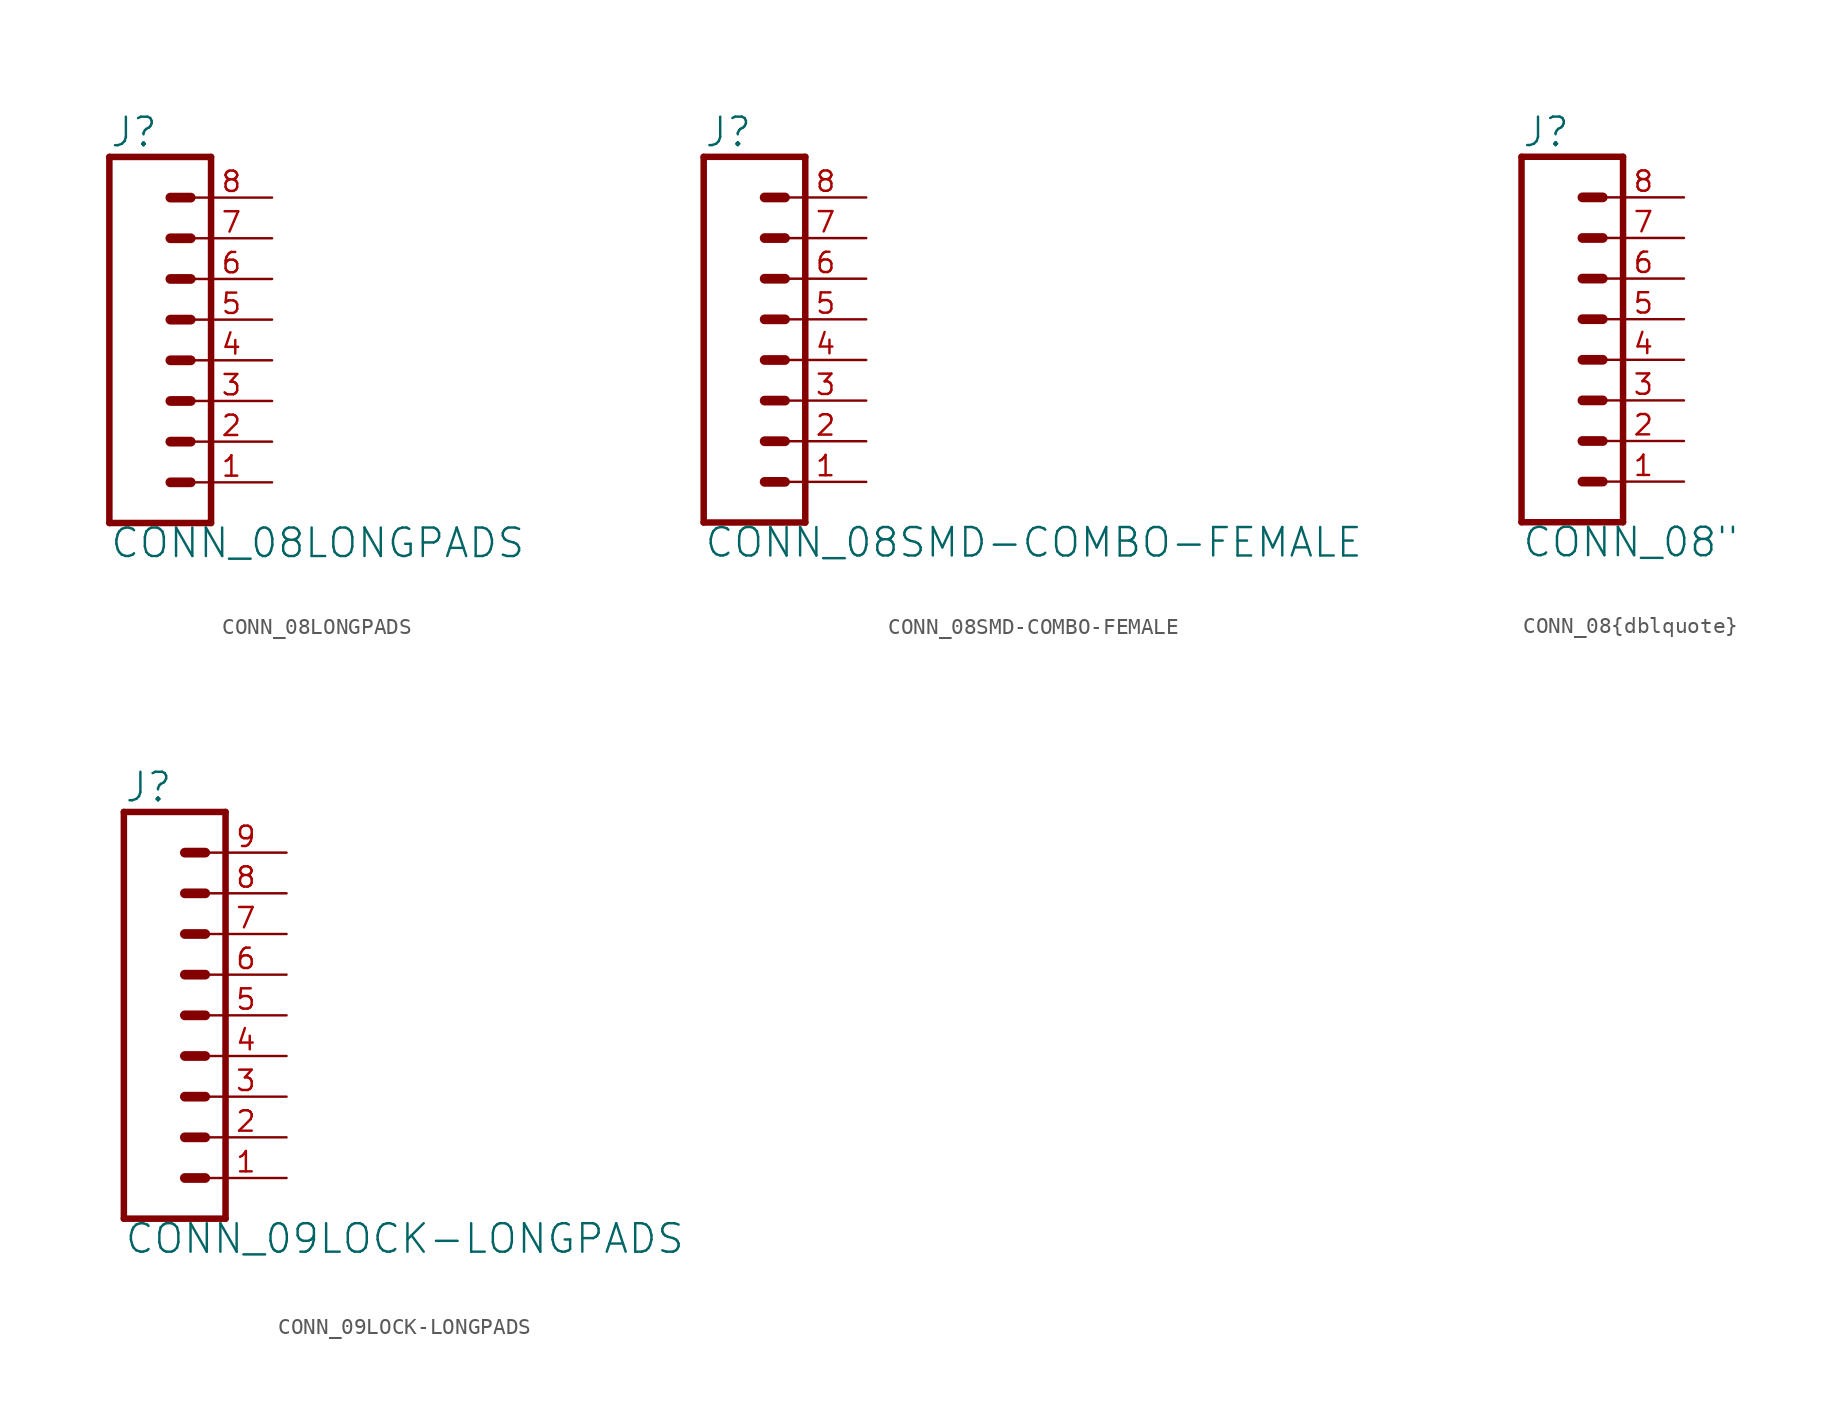
<source format=kicad_sym>
(kicad_symbol_lib
  (version 20211014)
  (generator kicad_symbol_editor)
  (symbol "CONN_08LONGPADS"
    (property "Reference" "J"
      (at -5.08 13.208 0)
      (effects (font (size 1.778 1.778)) (justify left bottom)))
    (property "Value" "CONN_08LONGPADS"
      (at -5.08 -12.446 0)
      (effects (font (size 1.778 1.778)) (justify left bottom)))
    (property "ki_locked" ""
      (at 0 0 0)
      (effects (font (size 1.27 1.27))))
    (symbol "CONN_08LONGPADS_1_0"
      (polyline (pts (xy -5.08 12.7) (xy -5.08 -10.16)) (stroke (width 0.406) (type default) (color 0 0 0 0)) (fill (type none)))
      (polyline (pts (xy -5.08 12.7) (xy 1.27 12.7)) (stroke (width 0.406) (type default) (color 0 0 0 0)) (fill (type none)))
      (polyline (pts (xy -1.27 -7.62) (xy 0 -7.62)) (stroke (width 0.61) (type default) (color 0 0 0 0)) (fill (type none)))
      (polyline (pts (xy -1.27 -5.08) (xy 0 -5.08)) (stroke (width 0.61) (type default) (color 0 0 0 0)) (fill (type none)))
      (polyline (pts (xy -1.27 -2.54) (xy 0 -2.54)) (stroke (width 0.61) (type default) (color 0 0 0 0)) (fill (type none)))
      (polyline (pts (xy -1.27 0) (xy 0 0)) (stroke (width 0.61) (type default) (color 0 0 0 0)) (fill (type none)))
      (polyline (pts (xy -1.27 2.54) (xy 0 2.54)) (stroke (width 0.61) (type default) (color 0 0 0 0)) (fill (type none)))
      (polyline (pts (xy -1.27 5.08) (xy 0 5.08)) (stroke (width 0.61) (type default) (color 0 0 0 0)) (fill (type none)))
      (polyline (pts (xy -1.27 7.62) (xy 0 7.62)) (stroke (width 0.61) (type default) (color 0 0 0 0)) (fill (type none)))
      (polyline (pts (xy -1.27 10.16) (xy 0 10.16)) (stroke (width 0.61) (type default) (color 0 0 0 0)) (fill (type none)))
      (polyline (pts (xy 1.27 -10.16) (xy -5.08 -10.16)) (stroke (width 0.406) (type default) (color 0 0 0 0)) (fill (type none)))
      (polyline (pts (xy 1.27 -10.16) (xy 1.27 12.7)) (stroke (width 0.406) (type default) (color 0 0 0 0)) (fill (type none)))
      (pin passive line (at 5.08 -7.62 180) (length 5.08) (name "1" (effects (font (size 0 0)))) (number "1" (effects (font (size 1.27 1.27)))))
      (pin passive line (at 5.08 -5.08 180) (length 5.08) (name "2" (effects (font (size 0 0)))) (number "2" (effects (font (size 1.27 1.27)))))
      (pin passive line (at 5.08 -2.54 180) (length 5.08) (name "3" (effects (font (size 0 0)))) (number "3" (effects (font (size 1.27 1.27)))))
      (pin passive line (at 5.08 0 180) (length 5.08) (name "4" (effects (font (size 0 0)))) (number "4" (effects (font (size 1.27 1.27)))))
      (pin passive line (at 5.08 2.54 180) (length 5.08) (name "5" (effects (font (size 0 0)))) (number "5" (effects (font (size 1.27 1.27)))))
      (pin passive line (at 5.08 5.08 180) (length 5.08) (name "6" (effects (font (size 0 0)))) (number "6" (effects (font (size 1.27 1.27)))))
      (pin passive line (at 5.08 7.62 180) (length 5.08) (name "7" (effects (font (size 0 0)))) (number "7" (effects (font (size 1.27 1.27)))))
      (pin passive line (at 5.08 10.16 180) (length 5.08) (name "8" (effects (font (size 0 0)))) (number "8" (effects (font (size 1.27 1.27)))))))
  (symbol "CONN_08SMD-COMBO-FEMALE"
    (property "Reference" "J"
      (at -5.08 13.208 0)
      (effects (font (size 1.778 1.778)) (justify left bottom)))
    (property "Value" "CONN_08SMD-COMBO-FEMALE"
      (at -5.08 -12.446 0)
      (effects (font (size 1.778 1.778)) (justify left bottom)))
    (property "ki_locked" ""
      (at 0 0 0)
      (effects (font (size 1.27 1.27))))
    (symbol "CONN_08SMD-COMBO-FEMALE_1_0"
      (polyline (pts (xy -5.08 12.7) (xy -5.08 -10.16)) (stroke (width 0.406) (type default) (color 0 0 0 0)) (fill (type none)))
      (polyline (pts (xy -5.08 12.7) (xy 1.27 12.7)) (stroke (width 0.406) (type default) (color 0 0 0 0)) (fill (type none)))
      (polyline (pts (xy -1.27 -7.62) (xy 0 -7.62)) (stroke (width 0.61) (type default) (color 0 0 0 0)) (fill (type none)))
      (polyline (pts (xy -1.27 -5.08) (xy 0 -5.08)) (stroke (width 0.61) (type default) (color 0 0 0 0)) (fill (type none)))
      (polyline (pts (xy -1.27 -2.54) (xy 0 -2.54)) (stroke (width 0.61) (type default) (color 0 0 0 0)) (fill (type none)))
      (polyline (pts (xy -1.27 0) (xy 0 0)) (stroke (width 0.61) (type default) (color 0 0 0 0)) (fill (type none)))
      (polyline (pts (xy -1.27 2.54) (xy 0 2.54)) (stroke (width 0.61) (type default) (color 0 0 0 0)) (fill (type none)))
      (polyline (pts (xy -1.27 5.08) (xy 0 5.08)) (stroke (width 0.61) (type default) (color 0 0 0 0)) (fill (type none)))
      (polyline (pts (xy -1.27 7.62) (xy 0 7.62)) (stroke (width 0.61) (type default) (color 0 0 0 0)) (fill (type none)))
      (polyline (pts (xy -1.27 10.16) (xy 0 10.16)) (stroke (width 0.61) (type default) (color 0 0 0 0)) (fill (type none)))
      (polyline (pts (xy 1.27 -10.16) (xy -5.08 -10.16)) (stroke (width 0.406) (type default) (color 0 0 0 0)) (fill (type none)))
      (polyline (pts (xy 1.27 -10.16) (xy 1.27 12.7)) (stroke (width 0.406) (type default) (color 0 0 0 0)) (fill (type none)))
      (pin passive line (at 5.08 -7.62 180) (length 5.08) (name "1" (effects (font (size 0 0)))) (number "1" (effects (font (size 1.27 1.27)))))
      (pin passive line (at 5.08 -5.08 180) (length 5.08) (name "2" (effects (font (size 0 0)))) (number "2" (effects (font (size 1.27 1.27)))))
      (pin passive line (at 5.08 -2.54 180) (length 5.08) (name "3" (effects (font (size 0 0)))) (number "3" (effects (font (size 1.27 1.27)))))
      (pin passive line (at 5.08 0 180) (length 5.08) (name "4" (effects (font (size 0 0)))) (number "4" (effects (font (size 1.27 1.27)))))
      (pin passive line (at 5.08 2.54 180) (length 5.08) (name "5" (effects (font (size 0 0)))) (number "5" (effects (font (size 1.27 1.27)))))
      (pin passive line (at 5.08 5.08 180) (length 5.08) (name "6" (effects (font (size 0 0)))) (number "6" (effects (font (size 1.27 1.27)))))
      (pin passive line (at 5.08 7.62 180) (length 5.08) (name "7" (effects (font (size 0 0)))) (number "7" (effects (font (size 1.27 1.27)))))
      (pin passive line (at 5.08 10.16 180) (length 5.08) (name "8" (effects (font (size 0 0)))) (number "8" (effects (font (size 1.27 1.27)))))))
  (symbol "CONN_08{dblquote}"
    (property "Reference" "J"
      (at -5.08 13.208 0)
      (effects (font (size 1.778 1.778)) (justify left bottom)))
    (property "Value" "CONN_08{dblquote}"
      (at -5.08 -12.446 0)
      (effects (font (size 1.778 1.778)) (justify left bottom)))
    (property "ki_locked" ""
      (at 0 0 0)
      (effects (font (size 1.27 1.27))))
    (symbol "CONN_08{dblquote}_1_0"
      (polyline (pts (xy -5.08 12.7) (xy -5.08 -10.16)) (stroke (width 0.406) (type default) (color 0 0 0 0)) (fill (type none)))
      (polyline (pts (xy -5.08 12.7) (xy 1.27 12.7)) (stroke (width 0.406) (type default) (color 0 0 0 0)) (fill (type none)))
      (polyline (pts (xy -1.27 -7.62) (xy 0 -7.62)) (stroke (width 0.61) (type default) (color 0 0 0 0)) (fill (type none)))
      (polyline (pts (xy -1.27 -5.08) (xy 0 -5.08)) (stroke (width 0.61) (type default) (color 0 0 0 0)) (fill (type none)))
      (polyline (pts (xy -1.27 -2.54) (xy 0 -2.54)) (stroke (width 0.61) (type default) (color 0 0 0 0)) (fill (type none)))
      (polyline (pts (xy -1.27 0) (xy 0 0)) (stroke (width 0.61) (type default) (color 0 0 0 0)) (fill (type none)))
      (polyline (pts (xy -1.27 2.54) (xy 0 2.54)) (stroke (width 0.61) (type default) (color 0 0 0 0)) (fill (type none)))
      (polyline (pts (xy -1.27 5.08) (xy 0 5.08)) (stroke (width 0.61) (type default) (color 0 0 0 0)) (fill (type none)))
      (polyline (pts (xy -1.27 7.62) (xy 0 7.62)) (stroke (width 0.61) (type default) (color 0 0 0 0)) (fill (type none)))
      (polyline (pts (xy -1.27 10.16) (xy 0 10.16)) (stroke (width 0.61) (type default) (color 0 0 0 0)) (fill (type none)))
      (polyline (pts (xy 1.27 -10.16) (xy -5.08 -10.16)) (stroke (width 0.406) (type default) (color 0 0 0 0)) (fill (type none)))
      (polyline (pts (xy 1.27 -10.16) (xy 1.27 12.7)) (stroke (width 0.406) (type default) (color 0 0 0 0)) (fill (type none)))
      (pin passive line (at 5.08 -7.62 180) (length 5.08) (name "1" (effects (font (size 0 0)))) (number "1" (effects (font (size 1.27 1.27)))))
      (pin passive line (at 5.08 -5.08 180) (length 5.08) (name "2" (effects (font (size 0 0)))) (number "2" (effects (font (size 1.27 1.27)))))
      (pin passive line (at 5.08 -2.54 180) (length 5.08) (name "3" (effects (font (size 0 0)))) (number "3" (effects (font (size 1.27 1.27)))))
      (pin passive line (at 5.08 0 180) (length 5.08) (name "4" (effects (font (size 0 0)))) (number "4" (effects (font (size 1.27 1.27)))))
      (pin passive line (at 5.08 2.54 180) (length 5.08) (name "5" (effects (font (size 0 0)))) (number "5" (effects (font (size 1.27 1.27)))))
      (pin passive line (at 5.08 5.08 180) (length 5.08) (name "6" (effects (font (size 0 0)))) (number "6" (effects (font (size 1.27 1.27)))))
      (pin passive line (at 5.08 7.62 180) (length 5.08) (name "7" (effects (font (size 0 0)))) (number "7" (effects (font (size 1.27 1.27)))))
      (pin passive line (at 5.08 10.16 180) (length 5.08) (name "8" (effects (font (size 0 0)))) (number "8" (effects (font (size 1.27 1.27)))))))
  (symbol "CONN_09LOCK-LONGPADS"
    (property "Reference" "J"
      (at 0 13.208 0)
      (effects (font (size 1.778 1.778)) (justify left bottom)))
    (property "Value" "CONN_09LOCK-LONGPADS"
      (at 0 -14.986 0)
      (effects (font (size 1.778 1.778)) (justify left bottom)))
    (property "ki_locked" ""
      (at 0 0 0)
      (effects (font (size 1.27 1.27))))
    (symbol "CONN_09LOCK-LONGPADS_1_0"
      (polyline (pts (xy 0 12.7) (xy 0 -12.7)) (stroke (width 0.406) (type default) (color 0 0 0 0)) (fill (type none)))
      (polyline (pts (xy 0 12.7) (xy 6.35 12.7)) (stroke (width 0.406) (type default) (color 0 0 0 0)) (fill (type none)))
      (polyline (pts (xy 3.81 -10.16) (xy 5.08 -10.16)) (stroke (width 0.61) (type default) (color 0 0 0 0)) (fill (type none)))
      (polyline (pts (xy 3.81 -7.62) (xy 5.08 -7.62)) (stroke (width 0.61) (type default) (color 0 0 0 0)) (fill (type none)))
      (polyline (pts (xy 3.81 -5.08) (xy 5.08 -5.08)) (stroke (width 0.61) (type default) (color 0 0 0 0)) (fill (type none)))
      (polyline (pts (xy 3.81 -2.54) (xy 5.08 -2.54)) (stroke (width 0.61) (type default) (color 0 0 0 0)) (fill (type none)))
      (polyline (pts (xy 3.81 0) (xy 5.08 0)) (stroke (width 0.61) (type default) (color 0 0 0 0)) (fill (type none)))
      (polyline (pts (xy 3.81 2.54) (xy 5.08 2.54)) (stroke (width 0.61) (type default) (color 0 0 0 0)) (fill (type none)))
      (polyline (pts (xy 3.81 5.08) (xy 5.08 5.08)) (stroke (width 0.61) (type default) (color 0 0 0 0)) (fill (type none)))
      (polyline (pts (xy 3.81 7.62) (xy 5.08 7.62)) (stroke (width 0.61) (type default) (color 0 0 0 0)) (fill (type none)))
      (polyline (pts (xy 3.81 10.16) (xy 5.08 10.16)) (stroke (width 0.61) (type default) (color 0 0 0 0)) (fill (type none)))
      (polyline (pts (xy 6.35 -12.7) (xy 0 -12.7)) (stroke (width 0.406) (type default) (color 0 0 0 0)) (fill (type none)))
      (polyline (pts (xy 6.35 -12.7) (xy 6.35 12.7)) (stroke (width 0.406) (type default) (color 0 0 0 0)) (fill (type none)))
      (pin passive line (at 10.16 -10.16 180) (length 5.08) (name "1" (effects (font (size 0 0)))) (number "1" (effects (font (size 1.27 1.27)))))
      (pin passive line (at 10.16 -7.62 180) (length 5.08) (name "2" (effects (font (size 0 0)))) (number "2" (effects (font (size 1.27 1.27)))))
      (pin passive line (at 10.16 -5.08 180) (length 5.08) (name "3" (effects (font (size 0 0)))) (number "3" (effects (font (size 1.27 1.27)))))
      (pin passive line (at 10.16 -2.54 180) (length 5.08) (name "4" (effects (font (size 0 0)))) (number "4" (effects (font (size 1.27 1.27)))))
      (pin passive line (at 10.16 0 180) (length 5.08) (name "5" (effects (font (size 0 0)))) (number "5" (effects (font (size 1.27 1.27)))))
      (pin passive line (at 10.16 2.54 180) (length 5.08) (name "6" (effects (font (size 0 0)))) (number "6" (effects (font (size 1.27 1.27)))))
      (pin passive line (at 10.16 5.08 180) (length 5.08) (name "7" (effects (font (size 0 0)))) (number "7" (effects (font (size 1.27 1.27)))))
      (pin passive line (at 10.16 7.62 180) (length 5.08) (name "8" (effects (font (size 0 0)))) (number "8" (effects (font (size 1.27 1.27)))))
      (pin passive line (at 10.16 10.16 180) (length 5.08) (name "9" (effects (font (size 0 0)))) (number "9" (effects (font (size 1.27 1.27))))))))
</source>
